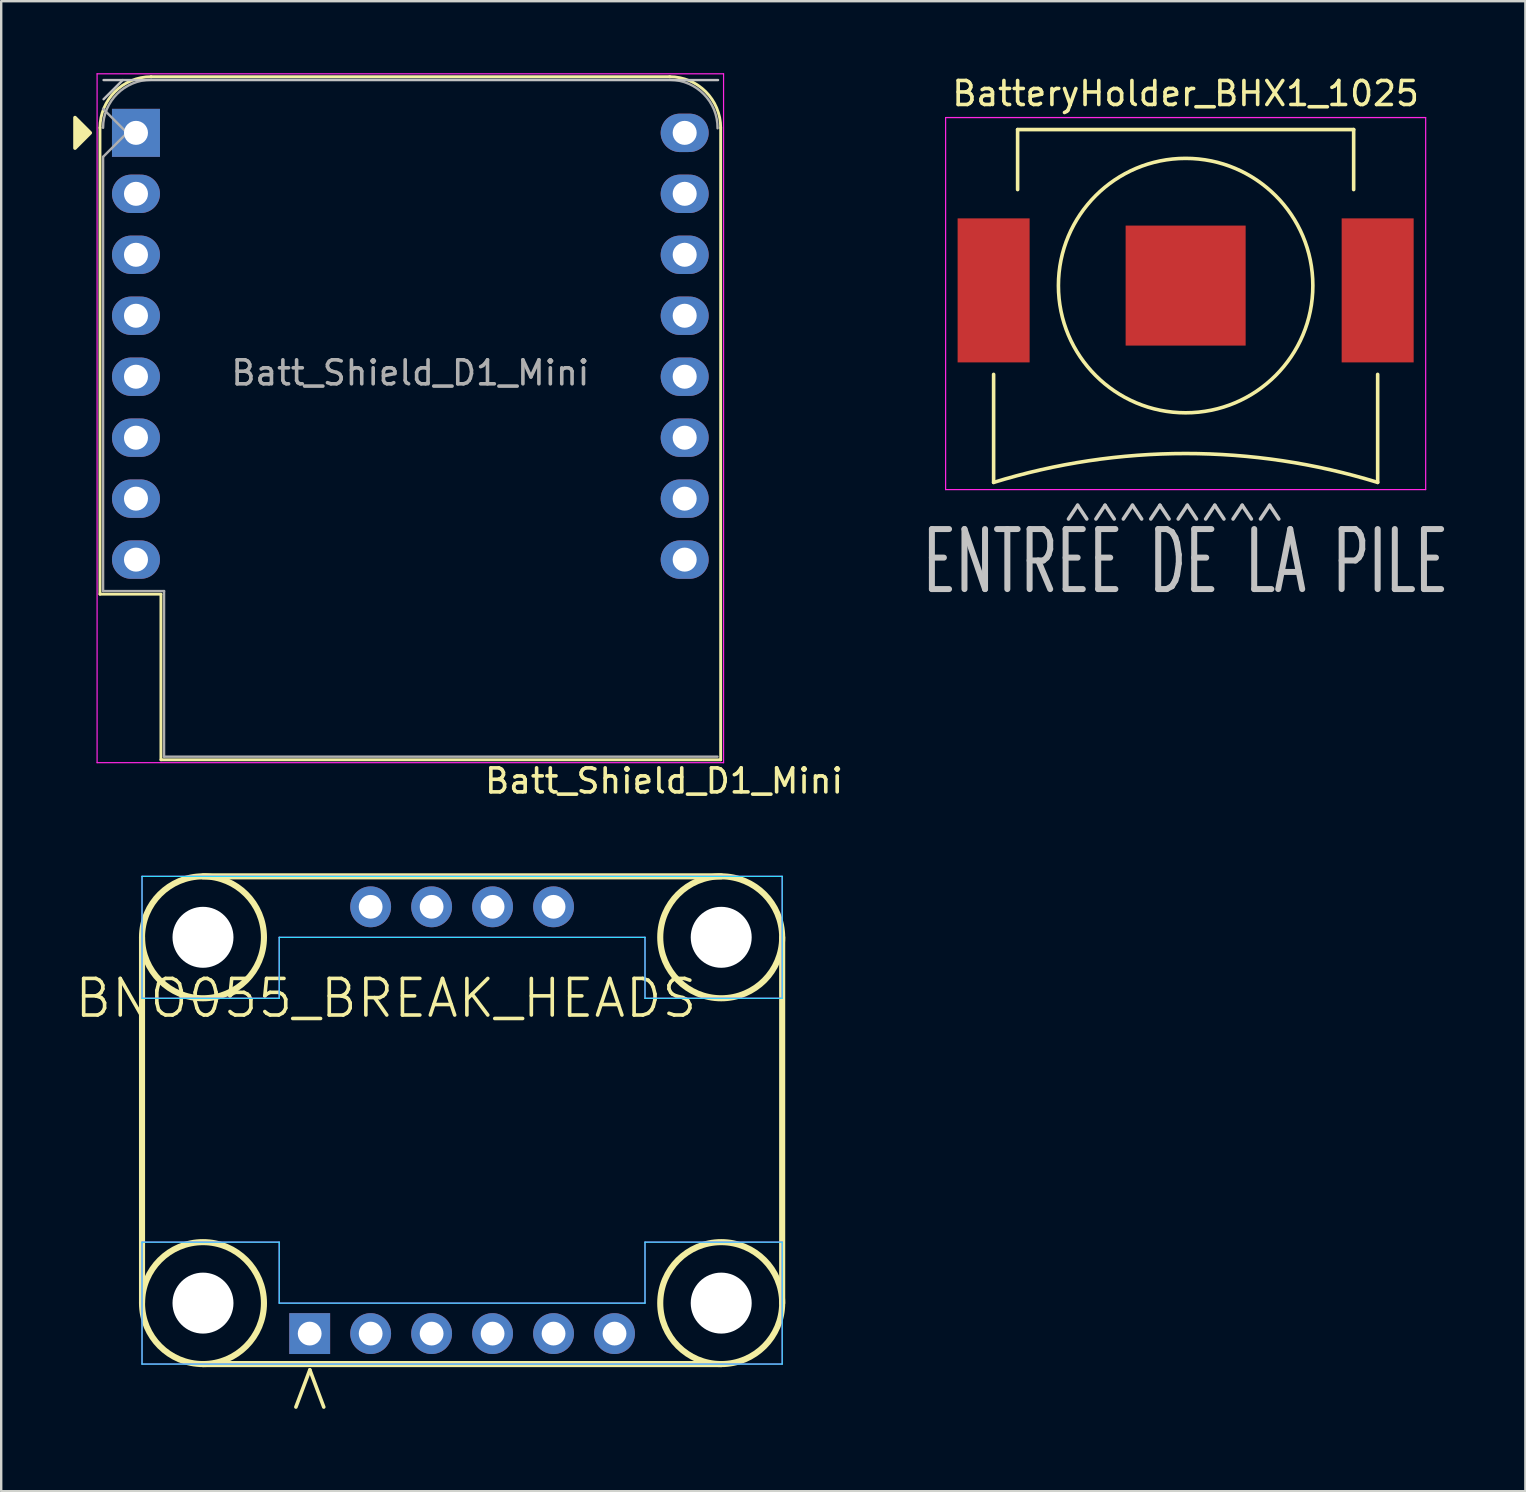
<source format=kicad_pcb>
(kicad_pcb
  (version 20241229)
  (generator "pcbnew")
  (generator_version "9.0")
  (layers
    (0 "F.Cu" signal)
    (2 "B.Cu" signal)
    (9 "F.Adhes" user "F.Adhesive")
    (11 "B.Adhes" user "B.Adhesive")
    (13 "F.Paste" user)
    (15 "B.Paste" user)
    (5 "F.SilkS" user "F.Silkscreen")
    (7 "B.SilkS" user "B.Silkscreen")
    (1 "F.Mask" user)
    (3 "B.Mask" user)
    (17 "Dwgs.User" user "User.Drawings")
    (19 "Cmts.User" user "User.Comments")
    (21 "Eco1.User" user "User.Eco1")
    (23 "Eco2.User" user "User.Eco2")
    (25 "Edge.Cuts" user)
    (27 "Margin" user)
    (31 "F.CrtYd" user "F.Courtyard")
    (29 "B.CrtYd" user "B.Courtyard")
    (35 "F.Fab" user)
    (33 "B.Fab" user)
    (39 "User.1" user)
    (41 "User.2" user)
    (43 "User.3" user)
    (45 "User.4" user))
  (footprint "BatteryHolder_BHX1_1025"
    (layer "F.Cu")
    (at 46.346 8.848)
    (property "Reference" "BatteryHolder_BHX1_1025" (at 0 -8 0) (layer "F.SilkS") (effects (font (size 1 1) (thickness 0.15))))
    (attr smd)
    (fp_line (start -8 3.7) (end -8 8.2) (stroke (width 0.15) (type solid)) (layer "F.SilkS"))
    (fp_line (start -7 -6.5) (end 7 -6.5) (stroke (width 0.15) (type solid)) (layer "F.SilkS"))
    (fp_line (start -7 -4) (end -7 -6.5) (stroke (width 0.15) (type solid)) (layer "F.SilkS"))
    (fp_line (start 7 -6.5) (end 7 -4) (stroke (width 0.15) (type solid)) (layer "F.SilkS"))
    (fp_line (start 8 3.7) (end 8 8.2) (stroke (width 0.15) (type solid)) (layer "F.SilkS"))
    (fp_arc (start -8 8.200001) (mid 0 6.99706) (end 7.999999 8.200001) (stroke (width 0.15) (type solid)) (layer "F.SilkS"))
    (fp_circle (center 0 0) (end 5.3 0) (stroke (width 0.15) (type solid)) (fill no) (layer "F.SilkS"))
    (fp_line (start -10 -7) (end -10 8.5) (stroke (width 0.05) (type solid)) (layer "F.CrtYd"))
    (fp_line (start -10 8.5) (end 10 8.5) (stroke (width 0.05) (type solid)) (layer "F.CrtYd"))
    (fp_line (start 10 -7) (end -10 -7) (stroke (width 0.05) (type solid)) (layer "F.CrtYd"))
    (fp_line (start 10 8.5) (end 10 -7) (stroke (width 0.05) (type solid)) (layer "F.CrtYd"))
    (fp_text user "ENTREE DE LA PILE" (at 0 11.5 0) (unlocked yes) (layer "Dwgs.User") (effects (font (size 2.5 1.5) (thickness 0.25))))
    (fp_text user "^^^^^^^^" (at -0.5 11.5 0) (unlocked yes) (layer "Dwgs.User") (effects (font (size 4 2) (thickness 0.15))))
    (pad "1" smd rect (at -8 0.2) (size 3 6) (layers "F.Cu" "F.Mask" "F.Paste"))
    (pad "2" smd rect (at 0 0) (size 5 5) (layers "F.Cu" "F.Mask"))
    (pad "3" smd rect (at 8 0.2) (size 3 6) (layers "F.Cu" "F.Mask" "F.Paste")))
  (footprint "Batt_Shield_D1_Mini"
    (layer "F.Cu")
    (at 2.615 2.485)
    (property "Reference" "Batt_Shield_D1_Mini" (at 22 27 0) (layer "F.SilkS") (effects (font (size 1 1) (thickness 0.15))))
    (attr through_hole)
    (fp_line (start -1.5 19.22) (end -1.5 -0.21) (stroke (width 0.12) (type solid)) (layer "F.SilkS"))
    (fp_line (start -1.5 19.22) (end 1.04 19.22) (stroke (width 0.12) (type solid)) (layer "F.SilkS"))
    (fp_line (start 1.04 19.22) (end 1.04 26.12) (stroke (width 0.12) (type solid)) (layer "F.SilkS"))
    (fp_line (start 1.04 26.12) (end 24.36 26.12) (stroke (width 0.12) (type solid)) (layer "F.SilkS"))
    (fp_line (start 22.24 -2.34) (end 0.63 -2.34) (stroke (width 0.12) (type solid)) (layer "F.SilkS"))
    (fp_line (start 24.36 26.12) (end 24.36 -0.21) (stroke (width 0.12) (type solid)) (layer "F.SilkS"))
    (fp_arc (start -1.5 -0.21) (mid -0.876137 -1.716137) (end 0.63 -2.34) (stroke (width 0.12) (type solid)) (layer "F.SilkS"))
    (fp_arc (start 22.23 -2.34) (mid 23.736137 -1.716137) (end 24.36 -0.21) (stroke (width 0.12) (type solid)) (layer "F.SilkS"))
    (fp_poly (pts (xy -2.54 -0.635) (xy -2.54 0.635) (xy -1.905 0)) (stroke (width 0.15) (type solid)) (fill yes) (layer "F.SilkS"))
    (fp_line (start -1.35 -1.4) (end -0.55 -2.2) (stroke (width 0.1) (type solid)) (layer "Dwgs.User"))
    (fp_line (start 24.25 -2.2) (end -1.35 -2.2) (stroke (width 0.1) (type solid)) (layer "Dwgs.User"))
    (fp_line (start -1.62 -2.46) (end 24.48 -2.46) (stroke (width 0.05) (type solid)) (layer "F.CrtYd"))
    (fp_line (start -1.62 26.24) (end -1.62 -2.46) (stroke (width 0.05) (type solid)) (layer "F.CrtYd"))
    (fp_line (start 24.48 -2.46) (end 24.48 26.24) (stroke (width 0.05) (type solid)) (layer "F.CrtYd"))
    (fp_line (start 24.48 26.24) (end -1.62 26.24) (stroke (width 0.05) (type solid)) (layer "F.CrtYd"))
    (fp_line (start -1.37 1) (end -1.37 19.09) (stroke (width 0.1) (type solid)) (layer "F.Fab"))
    (fp_line (start -1.37 1) (end -0.37 0) (stroke (width 0.1) (type solid)) (layer "F.Fab"))
    (fp_line (start -1.37 19.09) (end 1.17 19.09) (stroke (width 0.1) (type solid)) (layer "F.Fab"))
    (fp_line (start -0.37 0) (end -1.37 -1) (stroke (width 0.1) (type solid)) (layer "F.Fab"))
    (fp_line (start 1.17 19.09) (end 1.17 25.99) (stroke (width 0.1) (type solid)) (layer "F.Fab"))
    (fp_line (start 1.17 25.99) (end 24.23 25.99) (stroke (width 0.1) (type solid)) (layer "F.Fab"))
    (fp_line (start 22.23 -2.21) (end 0.63 -2.21) (stroke (width 0.1) (type solid)) (layer "F.Fab"))
    (fp_arc (start -1.37 -0.21) (mid -0.784214 -1.624214) (end 0.63 -2.21) (stroke (width 0.1) (type solid)) (layer "F.Fab"))
    (fp_arc (start 22.25 -2.21) (mid 23.658356 -1.610071) (end 24.23 -0.19) (stroke (width 0.1) (type solid)) (layer "F.Fab"))
    (fp_text user "${REFERENCE}" (at 11.43 10 0) (layer "F.Fab") (effects (font (size 1 1) (thickness 0.15))))
    (pad "1" thru_hole rect (at 0 0) (size 2 2) (drill 1) (layers "*.Cu" "*.Mask"))
    (pad "2" thru_hole oval (at 0 2.54) (size 2 1.6) (drill 1) (layers "*.Cu" "*.Mask"))
    (pad "3" thru_hole oval (at 0 5.08) (size 2 1.6) (drill 1) (layers "*.Cu" "*.Mask"))
    (pad "4" thru_hole oval (at 0 7.62) (size 2 1.6) (drill 1) (layers "*.Cu" "*.Mask"))
    (pad "5" thru_hole oval (at 0 10.16) (size 2 1.6) (drill 1) (layers "*.Cu" "*.Mask"))
    (pad "6" thru_hole oval (at 0 12.7) (size 2 1.6) (drill 1) (layers "*.Cu" "*.Mask"))
    (pad "7" thru_hole oval (at 0 15.24) (size 2 1.6) (drill 1) (layers "*.Cu" "*.Mask"))
    (pad "8" thru_hole oval (at 0 17.78) (size 2 1.6) (drill 1) (layers "*.Cu" "*.Mask"))
    (pad "9" thru_hole oval (at 22.86 17.78) (size 2 1.6) (drill 1) (layers "*.Cu" "*.Mask"))
    (pad "10" thru_hole oval (at 22.86 15.24) (size 2 1.6) (drill 1) (layers "*.Cu" "*.Mask"))
    (pad "11" thru_hole oval (at 22.86 12.7) (size 2 1.6) (drill 1) (layers "*.Cu" "*.Mask"))
    (pad "12" thru_hole oval (at 22.86 10.16) (size 2 1.6) (drill 1) (layers "*.Cu" "*.Mask"))
    (pad "13" thru_hole oval (at 22.86 7.62) (size 2 1.6) (drill 1) (layers "*.Cu" "*.Mask"))
    (pad "14" thru_hole oval (at 22.86 5.08) (size 2 1.6) (drill 1) (layers "*.Cu" "*.Mask"))
    (pad "15" thru_hole oval (at 22.86 2.54) (size 2 1.6) (drill 1) (layers "*.Cu" "*.Mask"))
    (pad "16" thru_hole oval (at 22.86 0) (size 2 1.6) (drill 1) (layers "*.Cu" "*.Mask")))
  (footprint "BNO055_BREAK_HEADS"
    (layer "F.Cu")
    (at 16.202 43.62)
    (property "Reference" "BNO055_BREAK_HEADS" (at -3.175 -5.08 0) (layer "F.SilkS") (effects (font (size 1.524 1.524) (thickness 0.15))))
    (attr through_hole)
    (fp_line (start -13.335 -7.62) (end -13.335 7.62) (stroke (width 0.254) (type solid)) (layer "F.SilkS"))
    (fp_line (start -10.795 10.16) (end 10.795 10.16) (stroke (width 0.254) (type solid)) (layer "F.SilkS"))
    (fp_line (start 10.795 -10.16) (end -10.795 -10.16) (stroke (width 0.254) (type solid)) (layer "F.SilkS"))
    (fp_line (start 13.335 7.62) (end 13.335 -7.62) (stroke (width 0.254) (type solid)) (layer "F.SilkS"))
    (fp_circle (center -10.795 -7.62) (end -8.255 -7.62) (stroke (width 0.254) (type solid)) (fill no) (layer "F.SilkS"))
    (fp_circle (center -10.795 7.62) (end -8.255 7.62) (stroke (width 0.254) (type solid)) (fill no) (layer "F.SilkS"))
    (fp_circle (center 10.795 -7.62) (end 13.335 -7.62) (stroke (width 0.254) (type solid)) (fill no) (layer "F.SilkS"))
    (fp_circle (center 10.795 7.62) (end 13.335 7.62) (stroke (width 0.254) (type solid)) (fill no) (layer "F.SilkS"))
    (fp_line (start -13.335 -10.16) (end 13.335 -10.16) (stroke (width 0.05) (type solid)) (layer "B.CrtYd"))
    (fp_line (start -13.335 -5.08) (end -13.335 -10.16) (stroke (width 0.05) (type solid)) (layer "B.CrtYd"))
    (fp_line (start -13.335 5.08) (end -13.335 10.16) (stroke (width 0.05) (type solid)) (layer "B.CrtYd"))
    (fp_line (start -13.335 10.16) (end 13.335 10.16) (stroke (width 0.05) (type solid)) (layer "B.CrtYd"))
    (fp_line (start -7.62 -7.62) (end -7.62 -5.08) (stroke (width 0.05) (type solid)) (layer "B.CrtYd"))
    (fp_line (start -7.62 -7.62) (end 7.62 -7.62) (stroke (width 0.05) (type solid)) (layer "B.CrtYd"))
    (fp_line (start -7.62 -5.08) (end -13.335 -5.08) (stroke (width 0.05) (type solid)) (layer "B.CrtYd"))
    (fp_line (start -7.62 5.08) (end -13.335 5.08) (stroke (width 0.05) (type solid)) (layer "B.CrtYd"))
    (fp_line (start -7.62 7.62) (end -7.62 5.08) (stroke (width 0.05) (type solid)) (layer "B.CrtYd"))
    (fp_line (start 7.62 -5.08) (end 7.62 -7.62) (stroke (width 0.05) (type solid)) (layer "B.CrtYd"))
    (fp_line (start 7.62 -5.08) (end 13.335 -5.08) (stroke (width 0.05) (type solid)) (layer "B.CrtYd"))
    (fp_line (start 7.62 5.08) (end 7.62 7.62) (stroke (width 0.05) (type solid)) (layer "B.CrtYd"))
    (fp_line (start 7.62 7.62) (end -7.62 7.62) (stroke (width 0.05) (type solid)) (layer "B.CrtYd"))
    (fp_line (start 13.335 -10.16) (end 13.335 -5.08) (stroke (width 0.05) (type solid)) (layer "B.CrtYd"))
    (fp_line (start 13.335 5.08) (end 7.62 5.08) (stroke (width 0.05) (type solid)) (layer "B.CrtYd"))
    (fp_line (start 13.335 10.16) (end 13.335 5.08) (stroke (width 0.05) (type solid)) (layer "B.CrtYd"))
    (fp_line (start -13.335 -10.16) (end 13.335 -10.16) (stroke (width 0.05) (type solid)) (layer "F.CrtYd"))
    (fp_line (start -13.335 -5.08) (end -13.335 -10.16) (stroke (width 0.05) (type solid)) (layer "F.CrtYd"))
    (fp_line (start -13.335 5.08) (end -13.335 10.16) (stroke (width 0.05) (type solid)) (layer "F.CrtYd"))
    (fp_line (start -13.335 10.16) (end 13.335 10.16) (stroke (width 0.05) (type solid)) (layer "F.CrtYd"))
    (fp_line (start -7.62 -7.62) (end -7.62 -5.08) (stroke (width 0.05) (type solid)) (layer "F.CrtYd"))
    (fp_line (start -7.62 -7.62) (end 7.62 -7.62) (stroke (width 0.05) (type solid)) (layer "F.CrtYd"))
    (fp_line (start -7.62 -5.08) (end -13.335 -5.08) (stroke (width 0.05) (type solid)) (layer "F.CrtYd"))
    (fp_line (start -7.62 5.08) (end -13.335 5.08) (stroke (width 0.05) (type solid)) (layer "F.CrtYd"))
    (fp_line (start -7.62 7.62) (end -7.62 5.08) (stroke (width 0.05) (type solid)) (layer "F.CrtYd"))
    (fp_line (start 7.62 -5.08) (end 7.62 -7.62) (stroke (width 0.05) (type solid)) (layer "F.CrtYd"))
    (fp_line (start 7.62 -5.08) (end 13.335 -5.08) (stroke (width 0.05) (type solid)) (layer "F.CrtYd"))
    (fp_line (start 7.62 5.08) (end 7.62 7.62) (stroke (width 0.05) (type solid)) (layer "F.CrtYd"))
    (fp_line (start 7.62 7.62) (end -7.62 7.62) (stroke (width 0.05) (type solid)) (layer "F.CrtYd"))
    (fp_line (start 13.335 -10.16) (end 13.335 -5.08) (stroke (width 0.05) (type solid)) (layer "F.CrtYd"))
    (fp_line (start 13.335 5.08) (end 7.62 5.08) (stroke (width 0.05) (type solid)) (layer "F.CrtYd"))
    (fp_line (start 13.335 10.16) (end 13.335 5.08) (stroke (width 0.05) (type solid)) (layer "F.CrtYd"))
    (fp_text user ">" (at -6.502 11.176 90) (unlocked yes) (layer "F.SilkS") (effects (font (size 2.032 2.032) (thickness 0.15))))
    (pad "" np_thru_hole circle (at -10.795 -7.62) (size 2.54 2.54) (drill 2.54) (layers "*.Cu" "*.Mask"))
    (pad "" np_thru_hole circle (at -10.795 7.62) (size 2.54 2.54) (drill 2.54) (layers "*.Cu" "*.Mask"))
    (pad "" np_thru_hole circle (at 10.795 -7.62) (size 2.54 2.54) (drill 2.54) (layers "*.Cu" "*.Mask"))
    (pad "" np_thru_hole circle (at 10.795 7.62) (size 2.54 2.54) (drill 2.54) (layers "*.Cu" "*.Mask"))
    (pad "1" thru_hole rect (at -6.35 8.89) (size 1.702 1.702) (drill 0.991) (layers "*.Cu" "*.Mask"))
    (pad "2" thru_hole circle (at -3.81 8.89) (size 1.702 1.702) (drill 0.991) (layers "*.Cu" "*.Mask"))
    (pad "3" thru_hole circle (at -1.27 8.89) (size 1.702 1.702) (drill 0.991) (layers "*.Cu" "*.Mask"))
    (pad "4" thru_hole circle (at 1.27 8.89) (size 1.702 1.702) (drill 0.991) (layers "*.Cu" "*.Mask"))
    (pad "5" thru_hole circle (at 3.81 8.89) (size 1.702 1.702) (drill 0.991) (layers "*.Cu" "*.Mask"))
    (pad "6" thru_hole circle (at 6.35 8.89) (size 1.702 1.702) (drill 0.991) (layers "*.Cu" "*.Mask"))
    (pad "7" thru_hole circle (at 3.81 -8.89) (size 1.702 1.702) (drill 0.991) (layers "*.Cu" "*.Mask"))
    (pad "8" thru_hole circle (at 1.27 -8.89) (size 1.702 1.702) (drill 0.991) (layers "*.Cu" "*.Mask"))
    (pad "9" thru_hole circle (at -1.27 -8.89) (size 1.702 1.702) (drill 0.991) (layers "*.Cu" "*.Mask"))
    (pad "10" thru_hole circle (at -3.81 -8.89) (size 1.702 1.702) (drill 0.991) (layers "*.Cu" "*.Mask")))
  (gr_rect
    (start -3 -3)
    (end 60.5 59.076)
    (stroke (width 0.1) (type default))
    (fill no)
    (layer "Edge.Cuts")))
</source>
